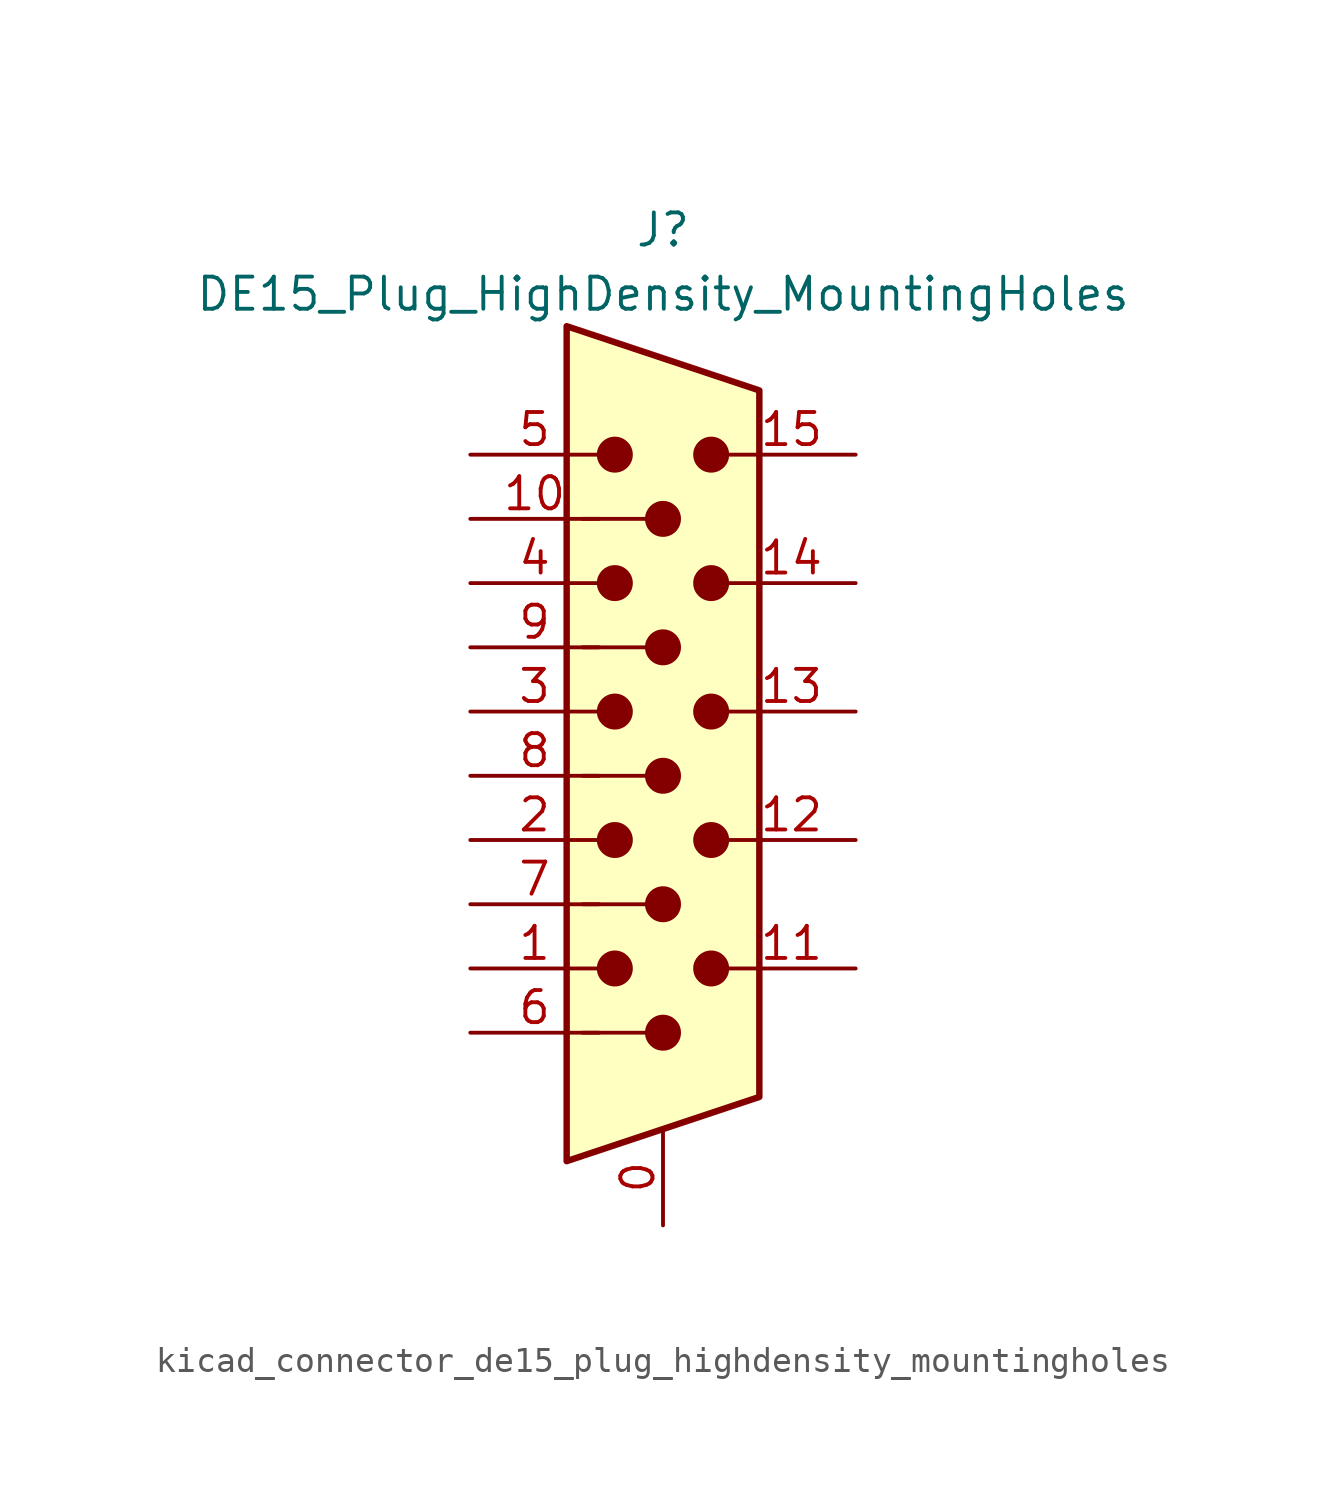
<source format=kicad_sym>
(kicad_symbol_lib
  (version 20220914)
  (generator kicad_symbol_editor)
  (symbol "kicad_connector_de15_plug_highdensity_mountingholes"
    (pin_names
      (offset 1.016) hide)
    (property "Reference" "J"
      (at 0 21.59 0)
      (effects (font (size 1.27 1.27))))
    (property "Value" "DE15_Plug_HighDensity_MountingHoles"
      (at 0 19.05 0)
      (effects (font (size 1.27 1.27))))
    (symbol "kicad_connector_de15_plug_highdensity_mountingholes_0_1"
      (circle (center -1.905 -7.62) (radius 0.635) (stroke (width 0) (type default)) (fill (type outline)))
      (circle (center -1.905 -2.54) (radius 0.635) (stroke (width 0) (type default)) (fill (type outline)))
      (circle (center -1.905 2.54) (radius 0.635) (stroke (width 0) (type default)) (fill (type outline)))
      (circle (center -1.905 7.62) (radius 0.635) (stroke (width 0) (type default)) (fill (type outline)))
      (circle (center -1.905 12.7) (radius 0.635) (stroke (width 0) (type default)) (fill (type outline)))
      (circle (center 0 -10.16) (radius 0.635) (stroke (width 0) (type default)) (fill (type outline)))
      (circle (center 0 -5.08) (radius 0.635) (stroke (width 0) (type default)) (fill (type outline)))
      (polyline (pts (xy -3.175 -5.08) (xy -0.635 -5.08)) (stroke (width 0) (type default)) (fill (type none)))
      (polyline (pts (xy -0.635 -10.16) (xy -3.175 -10.16)) (stroke (width 0) (type default)) (fill (type none)))
      (polyline (pts (xy -0.635 0) (xy -3.175 0)) (stroke (width 0) (type default)) (fill (type none)))
      (polyline (pts (xy -0.635 5.08) (xy -3.175 5.08)) (stroke (width 0) (type default)) (fill (type none)))
      (polyline (pts (xy -0.635 10.16) (xy -3.175 10.16)) (stroke (width 0) (type default)) (fill (type none)))
      (polyline (pts (xy -3.81 17.78) (xy -3.81 -15.24) (xy 3.81 -12.7) (xy 3.81 15.24) (xy -3.81 17.78)) (stroke (width 0.254) (type default)) (fill (type background)))
      (circle (center 0 0) (radius 0.635) (stroke (width 0) (type default)) (fill (type outline)))
      (circle (center 0 5.08) (radius 0.635) (stroke (width 0) (type default)) (fill (type outline)))
      (circle (center 0 10.16) (radius 0.635) (stroke (width 0) (type default)) (fill (type outline)))
      (circle (center 1.905 -7.62) (radius 0.635) (stroke (width 0) (type default)) (fill (type outline)))
      (circle (center 1.905 -2.54) (radius 0.635) (stroke (width 0) (type default)) (fill (type outline)))
      (circle (center 1.905 2.54) (radius 0.635) (stroke (width 0) (type default)) (fill (type outline)))
      (circle (center 1.905 7.62) (radius 0.635) (stroke (width 0) (type default)) (fill (type outline)))
      (circle (center 1.905 12.7) (radius 0.635) (stroke (width 0) (type default)) (fill (type outline))))
    (symbol "kicad_connector_de15_plug_highdensity_mountingholes_1_1"
      (pin passive line (at 0 -17.78 90) (length 3.81) (name "~" (effects (font (size 1.27 1.27)))) (number "0" (effects (font (size 1.27 1.27)))))
      (pin passive line (at -7.62 -7.62 0) (length 5.08) (name "~" (effects (font (size 1.27 1.27)))) (number "1" (effects (font (size 1.27 1.27)))))
      (pin passive line (at -7.62 10.16 0) (length 5.08) (name "~" (effects (font (size 1.27 1.27)))) (number "10" (effects (font (size 1.27 1.27)))))
      (pin passive line (at 7.62 -7.62 180) (length 5.08) (name "~" (effects (font (size 1.27 1.27)))) (number "11" (effects (font (size 1.27 1.27)))))
      (pin passive line (at 7.62 -2.54 180) (length 5.08) (name "~" (effects (font (size 1.27 1.27)))) (number "12" (effects (font (size 1.27 1.27)))))
      (pin passive line (at 7.62 2.54 180) (length 5.08) (name "~" (effects (font (size 1.27 1.27)))) (number "13" (effects (font (size 1.27 1.27)))))
      (pin passive line (at 7.62 7.62 180) (length 5.08) (name "~" (effects (font (size 1.27 1.27)))) (number "14" (effects (font (size 1.27 1.27)))))
      (pin passive line (at 7.62 12.7 180) (length 5.08) (name "~" (effects (font (size 1.27 1.27)))) (number "15" (effects (font (size 1.27 1.27)))))
      (pin passive line (at -7.62 -2.54 0) (length 5.08) (name "~" (effects (font (size 1.27 1.27)))) (number "2" (effects (font (size 1.27 1.27)))))
      (pin passive line (at -7.62 2.54 0) (length 5.08) (name "~" (effects (font (size 1.27 1.27)))) (number "3" (effects (font (size 1.27 1.27)))))
      (pin passive line (at -7.62 7.62 0) (length 5.08) (name "~" (effects (font (size 1.27 1.27)))) (number "4" (effects (font (size 1.27 1.27)))))
      (pin passive line (at -7.62 12.7 0) (length 5.08) (name "~" (effects (font (size 1.27 1.27)))) (number "5" (effects (font (size 1.27 1.27)))))
      (pin passive line (at -7.62 -10.16 0) (length 5.08) (name "~" (effects (font (size 1.27 1.27)))) (number "6" (effects (font (size 1.27 1.27)))))
      (pin passive line (at -7.62 -5.08 0) (length 5.08) (name "~" (effects (font (size 1.27 1.27)))) (number "7" (effects (font (size 1.27 1.27)))))
      (pin passive line (at -7.62 0 0) (length 5.08) (name "~" (effects (font (size 1.27 1.27)))) (number "8" (effects (font (size 1.27 1.27)))))
      (pin passive line (at -7.62 5.08 0) (length 5.08) (name "~" (effects (font (size 1.27 1.27)))) (number "9" (effects (font (size 1.27 1.27))))))))
</source>
